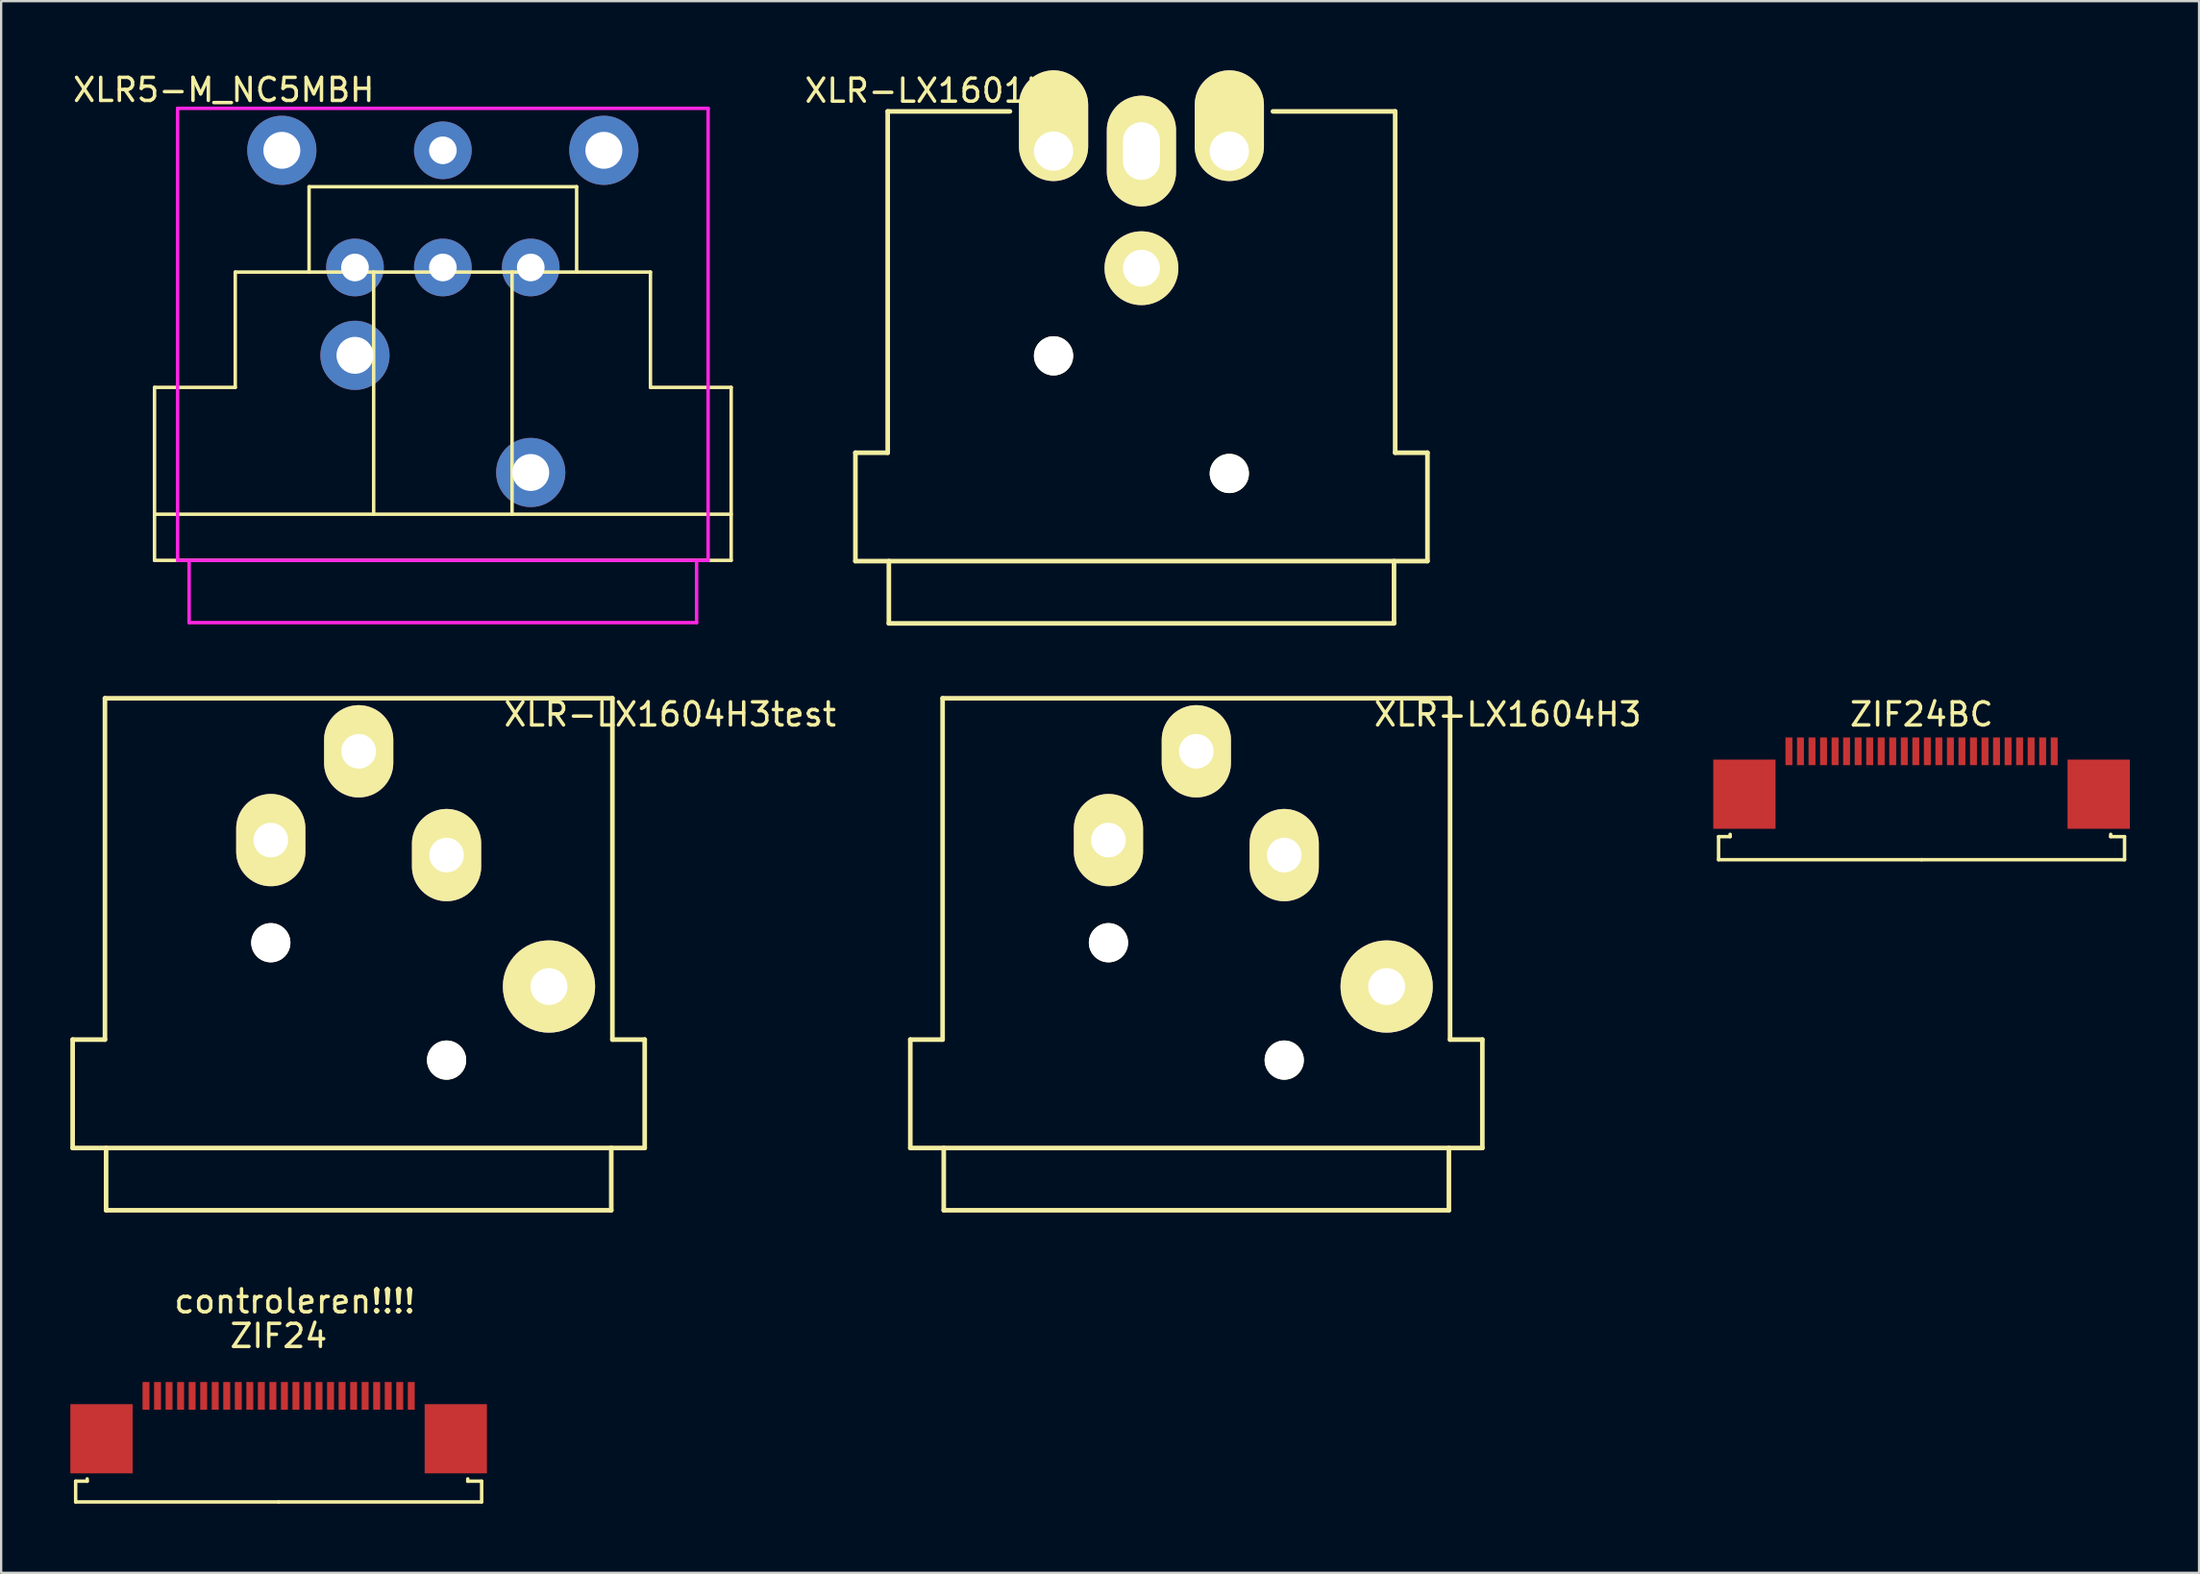
<source format=kicad_pcb>
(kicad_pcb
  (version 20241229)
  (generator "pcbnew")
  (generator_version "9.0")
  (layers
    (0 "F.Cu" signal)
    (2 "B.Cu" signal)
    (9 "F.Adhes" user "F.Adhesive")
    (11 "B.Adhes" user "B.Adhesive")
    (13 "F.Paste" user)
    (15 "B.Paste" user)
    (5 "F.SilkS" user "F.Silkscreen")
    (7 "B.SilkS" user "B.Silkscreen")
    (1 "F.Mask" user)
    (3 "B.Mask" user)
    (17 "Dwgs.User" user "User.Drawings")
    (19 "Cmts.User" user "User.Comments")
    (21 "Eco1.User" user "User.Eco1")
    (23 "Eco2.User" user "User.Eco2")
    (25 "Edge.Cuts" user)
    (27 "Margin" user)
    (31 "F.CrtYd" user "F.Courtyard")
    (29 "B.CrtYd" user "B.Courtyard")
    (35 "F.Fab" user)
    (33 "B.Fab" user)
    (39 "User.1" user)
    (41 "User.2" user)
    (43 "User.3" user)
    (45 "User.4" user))
  (footprint "ZIF24"
    (layer "F.Cu")
    (at 9.03 58.077)
    (property "Reference" "ZIF24" (at 0 -3.2 0) (layer "F.SilkS") (effects (font (size 1 1) (thickness 0.15))))
    (attr through_hole)
    (fp_line (start -8.8 3.1) (end -8.3 3.1) (stroke (width 0.15) (type solid)) (layer "F.SilkS"))
    (fp_line (start -8.8 4) (end -8.8 3.1) (stroke (width 0.15) (type solid)) (layer "F.SilkS"))
    (fp_line (start -8.3 3.1) (end -8.3 3) (stroke (width 0.15) (type solid)) (layer "F.SilkS"))
    (fp_line (start 0 4) (end -8.8 4) (stroke (width 0.15) (type solid)) (layer "F.SilkS"))
    (fp_line (start 0 4) (end 8.8 4) (stroke (width 0.15) (type solid)) (layer "F.SilkS"))
    (fp_line (start 8.2 3.1) (end 8.2 3) (stroke (width 0.15) (type solid)) (layer "F.SilkS"))
    (fp_line (start 8.8 3.1) (end 8.2 3.1) (stroke (width 0.15) (type solid)) (layer "F.SilkS"))
    (fp_line (start 8.8 4) (end 8.8 3.1) (stroke (width 0.15) (type solid)) (layer "F.SilkS"))
    (fp_text user "controleren!!!!" (at 0.7 -4.7 0) (layer "F.SilkS") (effects (font (size 1 1) (thickness 0.15))))
    (pad "1" smd rect (at -5.75 -0.6) (size 0.3 1.2) (layers "F.Cu" "F.Mask" "F.Paste"))
    (pad "2" smd rect (at -5.25 -0.6) (size 0.3 1.2) (layers "F.Cu" "F.Mask" "F.Paste"))
    (pad "3" smd rect (at -4.75 -0.6) (size 0.3 1.2) (layers "F.Cu" "F.Mask" "F.Paste"))
    (pad "4" smd rect (at -4.25 -0.6) (size 0.3 1.2) (layers "F.Cu" "F.Mask" "F.Paste"))
    (pad "5" smd rect (at -3.75 -0.6) (size 0.3 1.2) (layers "F.Cu" "F.Mask" "F.Paste"))
    (pad "6" smd rect (at -3.25 -0.6) (size 0.3 1.2) (layers "F.Cu" "F.Mask" "F.Paste"))
    (pad "7" smd rect (at -2.75 -0.6) (size 0.3 1.2) (layers "F.Cu" "F.Mask" "F.Paste"))
    (pad "8" smd rect (at -2.25 -0.6) (size 0.3 1.2) (layers "F.Cu" "F.Mask" "F.Paste"))
    (pad "9" smd rect (at -1.75 -0.6) (size 0.3 1.2) (layers "F.Cu" "F.Mask" "F.Paste"))
    (pad "10" smd rect (at -1.25 -0.6) (size 0.3 1.2) (layers "F.Cu" "F.Mask" "F.Paste"))
    (pad "11" smd rect (at -0.75 -0.6) (size 0.3 1.2) (layers "F.Cu" "F.Mask" "F.Paste"))
    (pad "12" smd rect (at -0.25 -0.6) (size 0.3 1.2) (layers "F.Cu" "F.Mask" "F.Paste"))
    (pad "13" smd rect (at 0.25 -0.6) (size 0.3 1.2) (layers "F.Cu" "F.Mask" "F.Paste"))
    (pad "14" smd rect (at 0.75 -0.6) (size 0.3 1.2) (layers "F.Cu" "F.Mask" "F.Paste"))
    (pad "15" smd rect (at 1.25 -0.6) (size 0.3 1.2) (layers "F.Cu" "F.Mask" "F.Paste"))
    (pad "16" smd rect (at 1.75 -0.6) (size 0.3 1.2) (layers "F.Cu" "F.Mask" "F.Paste"))
    (pad "17" smd rect (at 2.25 -0.6) (size 0.3 1.2) (layers "F.Cu" "F.Mask" "F.Paste"))
    (pad "18" smd rect (at 2.75 -0.6) (size 0.3 1.2) (layers "F.Cu" "F.Mask" "F.Paste"))
    (pad "19" smd rect (at 3.25 -0.6) (size 0.3 1.2) (layers "F.Cu" "F.Mask" "F.Paste"))
    (pad "20" smd rect (at 3.75 -0.6) (size 0.3 1.2) (layers "F.Cu" "F.Mask" "F.Paste"))
    (pad "21" smd rect (at 4.25 -0.6) (size 0.3 1.2) (layers "F.Cu" "F.Mask" "F.Paste"))
    (pad "22" smd rect (at 4.75 -0.6) (size 0.3 1.2) (layers "F.Cu" "F.Mask" "F.Paste"))
    (pad "23" smd rect (at 5.25 -0.6) (size 0.3 1.2) (layers "F.Cu" "F.Mask" "F.Paste"))
    (pad "24" smd rect (at 5.75 -0.6) (size 0.3 1.2) (layers "F.Cu" "F.Mask" "F.Paste"))
    (pad "25" smd rect (at 7.68 1.26) (size 2.7 3) (layers "F.Cu" "F.Mask" "F.Paste"))
    (pad "26" smd rect (at -7.68 1.26) (size 2.7 3) (layers "F.Cu" "F.Mask" "F.Paste")))
  (footprint "ZIF24BC"
    (layer "F.Cu")
    (at 80.256 30.128)
    (property "Reference" "ZIF24BC" (at 0 -2.2 0) (layer "F.SilkS") (effects (font (size 1 1) (thickness 0.15))))
    (attr through_hole)
    (fp_line (start -8.8 3.1) (end -8.3 3.1) (stroke (width 0.15) (type solid)) (layer "F.SilkS"))
    (fp_line (start -8.8 4.1) (end -8.8 3.1) (stroke (width 0.15) (type solid)) (layer "F.SilkS"))
    (fp_line (start -8.3 3.1) (end -8.3 3) (stroke (width 0.15) (type solid)) (layer "F.SilkS"))
    (fp_line (start 0 4.1) (end -8.8 4.1) (stroke (width 0.15) (type solid)) (layer "F.SilkS"))
    (fp_line (start 0 4.1) (end 8.8 4.1) (stroke (width 0.15) (type solid)) (layer "F.SilkS"))
    (fp_line (start 8.2 3.1) (end 8.2 3) (stroke (width 0.15) (type solid)) (layer "F.SilkS"))
    (fp_line (start 8.8 3.1) (end 8.2 3.1) (stroke (width 0.15) (type solid)) (layer "F.SilkS"))
    (fp_line (start 8.8 4.1) (end 8.8 3.1) (stroke (width 0.15) (type solid)) (layer "F.SilkS"))
    (pad "1" smd rect (at 5.75 -0.6) (size 0.3 1.2) (layers "F.Cu" "F.Mask" "F.Paste"))
    (pad "2" smd rect (at 5.25 -0.6) (size 0.3 1.2) (layers "F.Cu" "F.Mask" "F.Paste"))
    (pad "3" smd rect (at 4.75 -0.6) (size 0.3 1.2) (layers "F.Cu" "F.Mask" "F.Paste"))
    (pad "4" smd rect (at 4.25 -0.6) (size 0.3 1.2) (layers "F.Cu" "F.Mask" "F.Paste"))
    (pad "5" smd rect (at 3.75 -0.6) (size 0.3 1.2) (layers "F.Cu" "F.Mask" "F.Paste"))
    (pad "6" smd rect (at 3.25 -0.6) (size 0.3 1.2) (layers "F.Cu" "F.Mask" "F.Paste"))
    (pad "7" smd rect (at 2.75 -0.6) (size 0.3 1.2) (layers "F.Cu" "F.Mask" "F.Paste"))
    (pad "8" smd rect (at 2.25 -0.6) (size 0.3 1.2) (layers "F.Cu" "F.Mask" "F.Paste"))
    (pad "9" smd rect (at 1.75 -0.6) (size 0.3 1.2) (layers "F.Cu" "F.Mask" "F.Paste"))
    (pad "10" smd rect (at 1.25 -0.6) (size 0.3 1.2) (layers "F.Cu" "F.Mask" "F.Paste"))
    (pad "11" smd rect (at 0.75 -0.6) (size 0.3 1.2) (layers "F.Cu" "F.Mask" "F.Paste"))
    (pad "12" smd rect (at 0.25 -0.6) (size 0.3 1.2) (layers "F.Cu" "F.Mask" "F.Paste"))
    (pad "13" smd rect (at -0.25 -0.6) (size 0.3 1.2) (layers "F.Cu" "F.Mask" "F.Paste"))
    (pad "14" smd rect (at -0.75 -0.6) (size 0.3 1.2) (layers "F.Cu" "F.Mask" "F.Paste"))
    (pad "15" smd rect (at -1.25 -0.6) (size 0.3 1.2) (layers "F.Cu" "F.Mask" "F.Paste"))
    (pad "16" smd rect (at -1.75 -0.6) (size 0.3 1.2) (layers "F.Cu" "F.Mask" "F.Paste"))
    (pad "17" smd rect (at -2.25 -0.6) (size 0.3 1.2) (layers "F.Cu" "F.Mask" "F.Paste"))
    (pad "18" smd rect (at -2.75 -0.6) (size 0.3 1.2) (layers "F.Cu" "F.Mask" "F.Paste"))
    (pad "19" smd rect (at -3.25 -0.6) (size 0.3 1.2) (layers "F.Cu" "F.Mask" "F.Paste"))
    (pad "20" smd rect (at -3.75 -0.6) (size 0.3 1.2) (layers "F.Cu" "F.Mask" "F.Paste"))
    (pad "21" smd rect (at -4.25 -0.6) (size 0.3 1.2) (layers "F.Cu" "F.Mask" "F.Paste"))
    (pad "22" smd rect (at -4.75 -0.6) (size 0.3 1.2) (layers "F.Cu" "F.Mask" "F.Paste"))
    (pad "23" smd rect (at -5.25 -0.6) (size 0.3 1.2) (layers "F.Cu" "F.Mask" "F.Paste"))
    (pad "24" smd rect (at -5.75 -0.6) (size 0.3 1.2) (layers "F.Cu" "F.Mask" "F.Paste"))
    (pad "25" smd rect (at 7.68 1.26) (size 2.7 3) (layers "F.Cu" "F.Mask" "F.Paste"))
    (pad "26" smd rect (at -7.68 1.26) (size 2.7 3) (layers "F.Cu" "F.Mask" "F.Paste")))
  (footprint "XLR-LX1604H3test"
    (layer "F.Cu")
    (at 12.5 46.728)
    (property "Reference" "XLR-LX1604H3test" (at 13.5 -18.8 0) (layer "F.SilkS") (effects (font (size 1 1) (thickness 0.15))))
    (attr through_hole)
    (fp_line (start -12.4 -4.7) (end -11 -4.7) (stroke (width 0.2) (type solid)) (layer "F.SilkS"))
    (fp_line (start -12.4 0) (end -12.4 -4.7) (stroke (width 0.2) (type solid)) (layer "F.SilkS"))
    (fp_line (start -12.4 0) (end 12.4 0) (stroke (width 0.2) (type solid)) (layer "F.SilkS"))
    (fp_line (start -11 -19.5) (end 11 -19.5) (stroke (width 0.2) (type solid)) (layer "F.SilkS"))
    (fp_line (start -11 -4.7) (end -11 -19.5) (stroke (width 0.2) (type solid)) (layer "F.SilkS"))
    (fp_line (start -10.95 0) (end -10.95 2.7) (stroke (width 0.2) (type solid)) (layer "F.SilkS"))
    (fp_line (start -10.95 2.7) (end 10.95 2.7) (stroke (width 0.2) (type solid)) (layer "F.SilkS"))
    (fp_line (start 10.95 2.7) (end 10.95 0) (stroke (width 0.2) (type solid)) (layer "F.SilkS"))
    (fp_line (start 11 -19.5) (end 11 -4.7) (stroke (width 0.2) (type solid)) (layer "F.SilkS"))
    (fp_line (start 11 -4.7) (end 12.4 -4.7) (stroke (width 0.2) (type solid)) (layer "F.SilkS"))
    (fp_line (start 12.4 -4.7) (end 12.4 0) (stroke (width 0.2) (type solid)) (layer "F.SilkS"))
    (pad "" np_thru_hole circle (at -3.81 -8.9) (size 1.7 1.7) (drill 1.7) (layers "*.Cu" "*.Mask" "F.SilkS"))
    (pad "" np_thru_hole circle (at 3.81 -3.81) (size 1.7 1.7) (drill 1.7) (layers "*.Cu" "*.Mask" "F.SilkS"))
    (pad "1" thru_hole oval (at 3.81 -12.7) (size 3 4) (drill 1.5) (layers "*.Cu" "*.Mask" "F.SilkS"))
    (pad "2" thru_hole oval (at -3.81 -13.35) (size 3 4) (drill 1.5) (layers "*.Cu" "*.Mask" "F.SilkS"))
    (pad "3" thru_hole oval (at 0 -17.2) (size 3 4) (drill 1.5) (layers "*.Cu" "*.Mask" "F.SilkS"))
    (pad "4" thru_hole circle (at 8.25 -7) (size 4 4) (drill 1.6) (layers "*.Cu" "*.Mask" "F.SilkS")))
  (footprint "XLR5-M_NC5MBH"
    (layer "F.Cu")
    (at 16.149 21.248)
    (property "Reference" "XLR5-M_NC5MBH" (at -9.5 -20.4 0) (layer "F.SilkS") (effects (font (size 1 1) (thickness 0.15))))
    (attr through_hole)
    (fp_line (start -12.5 -7.5) (end -12.5 0) (stroke (width 0.15) (type solid)) (layer "F.SilkS"))
    (fp_line (start -12.5 0) (end 12.5 0) (stroke (width 0.15) (type solid)) (layer "F.SilkS"))
    (fp_line (start -9 -12.5) (end -9 -7.5) (stroke (width 0.15) (type solid)) (layer "F.SilkS"))
    (fp_line (start -9 -7.5) (end -12.5 -7.5) (stroke (width 0.15) (type solid)) (layer "F.SilkS"))
    (fp_line (start -5.8 -16.2) (end -5.8 -12.5) (stroke (width 0.15) (type solid)) (layer "F.SilkS"))
    (fp_line (start -3 -12.5) (end -9 -12.5) (stroke (width 0.15) (type solid)) (layer "F.SilkS"))
    (fp_line (start -3 -12.5) (end -3 -2) (stroke (width 0.15) (type solid)) (layer "F.SilkS"))
    (fp_line (start 3 -12.5) (end -3 -12.5) (stroke (width 0.15) (type solid)) (layer "F.SilkS"))
    (fp_line (start 3 -2) (end 3 -12.5) (stroke (width 0.15) (type solid)) (layer "F.SilkS"))
    (fp_line (start 5.8 -16.2) (end -5.8 -16.2) (stroke (width 0.15) (type solid)) (layer "F.SilkS"))
    (fp_line (start 5.8 -12.5) (end 5.8 -16.2) (stroke (width 0.15) (type solid)) (layer "F.SilkS"))
    (fp_line (start 9 -12.5) (end 3 -12.5) (stroke (width 0.15) (type solid)) (layer "F.SilkS"))
    (fp_line (start 9 -7.5) (end 9 -12.5) (stroke (width 0.15) (type solid)) (layer "F.SilkS"))
    (fp_line (start 12.5 -7.5) (end 9 -7.5) (stroke (width 0.15) (type solid)) (layer "F.SilkS"))
    (fp_line (start 12.5 -2) (end -12.5 -2) (stroke (width 0.15) (type solid)) (layer "F.SilkS"))
    (fp_line (start 12.5 0) (end 12.5 -7.5) (stroke (width 0.15) (type solid)) (layer "F.SilkS"))
    (fp_line (start -11.5 -19.6) (end 11.5 -19.6) (stroke (width 0.15) (type solid)) (layer "F.CrtYd"))
    (fp_line (start -11.5 0) (end -11.5 -19.6) (stroke (width 0.15) (type solid)) (layer "F.CrtYd"))
    (fp_line (start -11 2.7) (end -11 0) (stroke (width 0.15) (type solid)) (layer "F.CrtYd"))
    (fp_line (start 11 0) (end 11 2.7) (stroke (width 0.15) (type solid)) (layer "F.CrtYd"))
    (fp_line (start 11 2.7) (end -11 2.7) (stroke (width 0.15) (type solid)) (layer "F.CrtYd"))
    (fp_line (start 11.5 -19.6) (end 11.5 0) (stroke (width 0.15) (type solid)) (layer "F.CrtYd"))
    (fp_line (start 11.5 0) (end -11.5 0) (stroke (width 0.15) (type solid)) (layer "F.CrtYd"))
    (pad "" np_thru_hole circle (at -3.81 -8.89 180) (size 3 3) (drill 1.6) (layers "*.Cu" "*.Mask"))
    (pad "" np_thru_hole circle (at 3.81 -3.81 180) (size 3 3) (drill 1.6) (layers "*.Cu" "*.Mask"))
    (pad "1" thru_hole circle (at -6.98 -17.78 180) (size 3 3) (drill 1.6) (layers "*.Cu" "*.Mask"))
    (pad "2" thru_hole circle (at -3.81 -12.7 180) (size 2.5 2.5) (drill 1.2) (layers "*.Cu" "*.Mask"))
    (pad "3" thru_hole circle (at 0 -17.78 180) (size 2.5 2.5) (drill 1.2) (layers "*.Cu" "*.Mask"))
    (pad "4" thru_hole circle (at 3.81 -12.7 180) (size 2.5 2.5) (drill 1.2) (layers "*.Cu" "*.Mask"))
    (pad "5" thru_hole circle (at 6.98 -17.78 180) (size 3 3) (drill 1.6) (layers "*.Cu" "*.Mask"))
    (pad "6" thru_hole circle (at 0 -12.7 180) (size 2.5 2.5) (drill 1.2) (layers "*.Cu" "*.Mask")))
  (footprint "XLR-LX1604H3"
    (layer "F.Cu")
    (at 48.815 46.728)
    (property "Reference" "XLR-LX1604H3" (at 13.5 -18.8 0) (layer "F.SilkS") (effects (font (size 1 1) (thickness 0.15))))
    (attr through_hole)
    (fp_line (start -12.4 -4.7) (end -11 -4.7) (stroke (width 0.2) (type solid)) (layer "F.SilkS"))
    (fp_line (start -12.4 0) (end -12.4 -4.7) (stroke (width 0.2) (type solid)) (layer "F.SilkS"))
    (fp_line (start -12.4 0) (end 12.4 0) (stroke (width 0.2) (type solid)) (layer "F.SilkS"))
    (fp_line (start -11 -19.5) (end 11 -19.5) (stroke (width 0.2) (type solid)) (layer "F.SilkS"))
    (fp_line (start -11 -4.7) (end -11 -19.5) (stroke (width 0.2) (type solid)) (layer "F.SilkS"))
    (fp_line (start -10.95 0) (end -10.95 2.7) (stroke (width 0.2) (type solid)) (layer "F.SilkS"))
    (fp_line (start -10.95 2.7) (end 10.95 2.7) (stroke (width 0.2) (type solid)) (layer "F.SilkS"))
    (fp_line (start 10.95 2.7) (end 10.95 0) (stroke (width 0.2) (type solid)) (layer "F.SilkS"))
    (fp_line (start 11 -19.5) (end 11 -4.7) (stroke (width 0.2) (type solid)) (layer "F.SilkS"))
    (fp_line (start 11 -4.7) (end 12.4 -4.7) (stroke (width 0.2) (type solid)) (layer "F.SilkS"))
    (fp_line (start 12.4 -4.7) (end 12.4 0) (stroke (width 0.2) (type solid)) (layer "F.SilkS"))
    (pad "" np_thru_hole circle (at -3.81 -8.9) (size 1.7 1.7) (drill 1.7) (layers "*.Cu" "*.Mask" "F.SilkS"))
    (pad "" np_thru_hole circle (at 3.81 -3.81) (size 1.7 1.7) (drill 1.7) (layers "*.Cu" "*.Mask" "F.SilkS"))
    (pad "1" thru_hole oval (at 3.81 -12.7) (size 3 4) (drill 1.5) (layers "*.Cu" "*.Mask" "F.SilkS"))
    (pad "2" thru_hole oval (at -3.81 -13.35) (size 3 4) (drill 1.5) (layers "*.Cu" "*.Mask" "F.SilkS"))
    (pad "3" thru_hole oval (at 0 -17.2) (size 3 4) (drill 1.5) (layers "*.Cu" "*.Mask" "F.SilkS"))
    (pad "4" thru_hole circle (at 8.25 -7) (size 4 4) (drill 1.6) (layers "*.Cu" "*.Mask" "F.SilkS")))
  (footprint "XLR-LX1601H3"
    (layer "F.Cu")
    (at 46.435 21.28)
    (property "Reference" "XLR-LX1601H3" (at -8.8 -20.4 0) (layer "F.SilkS") (effects (font (size 1 1) (thickness 0.15))))
    (attr through_hole)
    (fp_line (start -12.4 -4.7) (end -11 -4.7) (stroke (width 0.2) (type solid)) (layer "F.SilkS"))
    (fp_line (start -12.4 0) (end -12.4 -4.7) (stroke (width 0.2) (type solid)) (layer "F.SilkS"))
    (fp_line (start -12.4 0) (end 12.4 0) (stroke (width 0.2) (type solid)) (layer "F.SilkS"))
    (fp_line (start -11 -19.5) (end -5.7 -19.5) (stroke (width 0.2) (type solid)) (layer "F.SilkS"))
    (fp_line (start -11 -4.7) (end -11 -19.5) (stroke (width 0.2) (type solid)) (layer "F.SilkS"))
    (fp_line (start -10.95 0) (end -10.95 2.7) (stroke (width 0.2) (type solid)) (layer "F.SilkS"))
    (fp_line (start -10.95 2.7) (end 10.95 2.7) (stroke (width 0.2) (type solid)) (layer "F.SilkS"))
    (fp_line (start 10.95 2.7) (end 10.95 0) (stroke (width 0.2) (type solid)) (layer "F.SilkS"))
    (fp_line (start 11 -19.5) (end 5.7 -19.5) (stroke (width 0.2) (type solid)) (layer "F.SilkS"))
    (fp_line (start 11 -4.7) (end 11 -19.5) (stroke (width 0.2) (type solid)) (layer "F.SilkS"))
    (fp_line (start 12.4 -4.7) (end 11 -4.7) (stroke (width 0.2) (type solid)) (layer "F.SilkS"))
    (fp_line (start 12.4 0) (end 12.4 -4.7) (stroke (width 0.2) (type solid)) (layer "F.SilkS"))
    (pad "" np_thru_hole circle (at -3.81 -8.9) (size 1.7 1.7) (drill 1.7) (layers "*.Cu" "*.Mask" "F.SilkS"))
    (pad "" np_thru_hole circle (at 3.81 -3.8) (size 1.7 1.7) (drill 1.7) (layers "*.Cu" "*.Mask" "F.SilkS"))
    (pad "1" thru_hole oval (at -3.81 -17.78) (size 3 4.8) (drill 1.7 (offset 0 -1.1)) (layers "*.Cu" "*.Mask" "F.SilkS"))
    (pad "2" thru_hole oval (at 3.81 -17.78) (size 3 4.8) (drill 1.7 (offset 0 -1.1)) (layers "*.Cu" "*.Mask" "F.SilkS"))
    (pad "3" thru_hole oval (at 0 -17.78) (size 3 4.8) (drill oval 1.6 2.5) (layers "*.Cu" "*.Mask" "F.SilkS"))
    (pad "4" thru_hole circle (at 0 -12.7) (size 3.2 3.2) (drill 1.6) (layers "*.Cu" "*.Mask" "F.SilkS")))
  (gr_rect
    (start -3 -3)
    (end 92.286 65.151)
    (stroke (width 0.1) (type default))
    (fill no)
    (layer "Edge.Cuts")))
</source>
